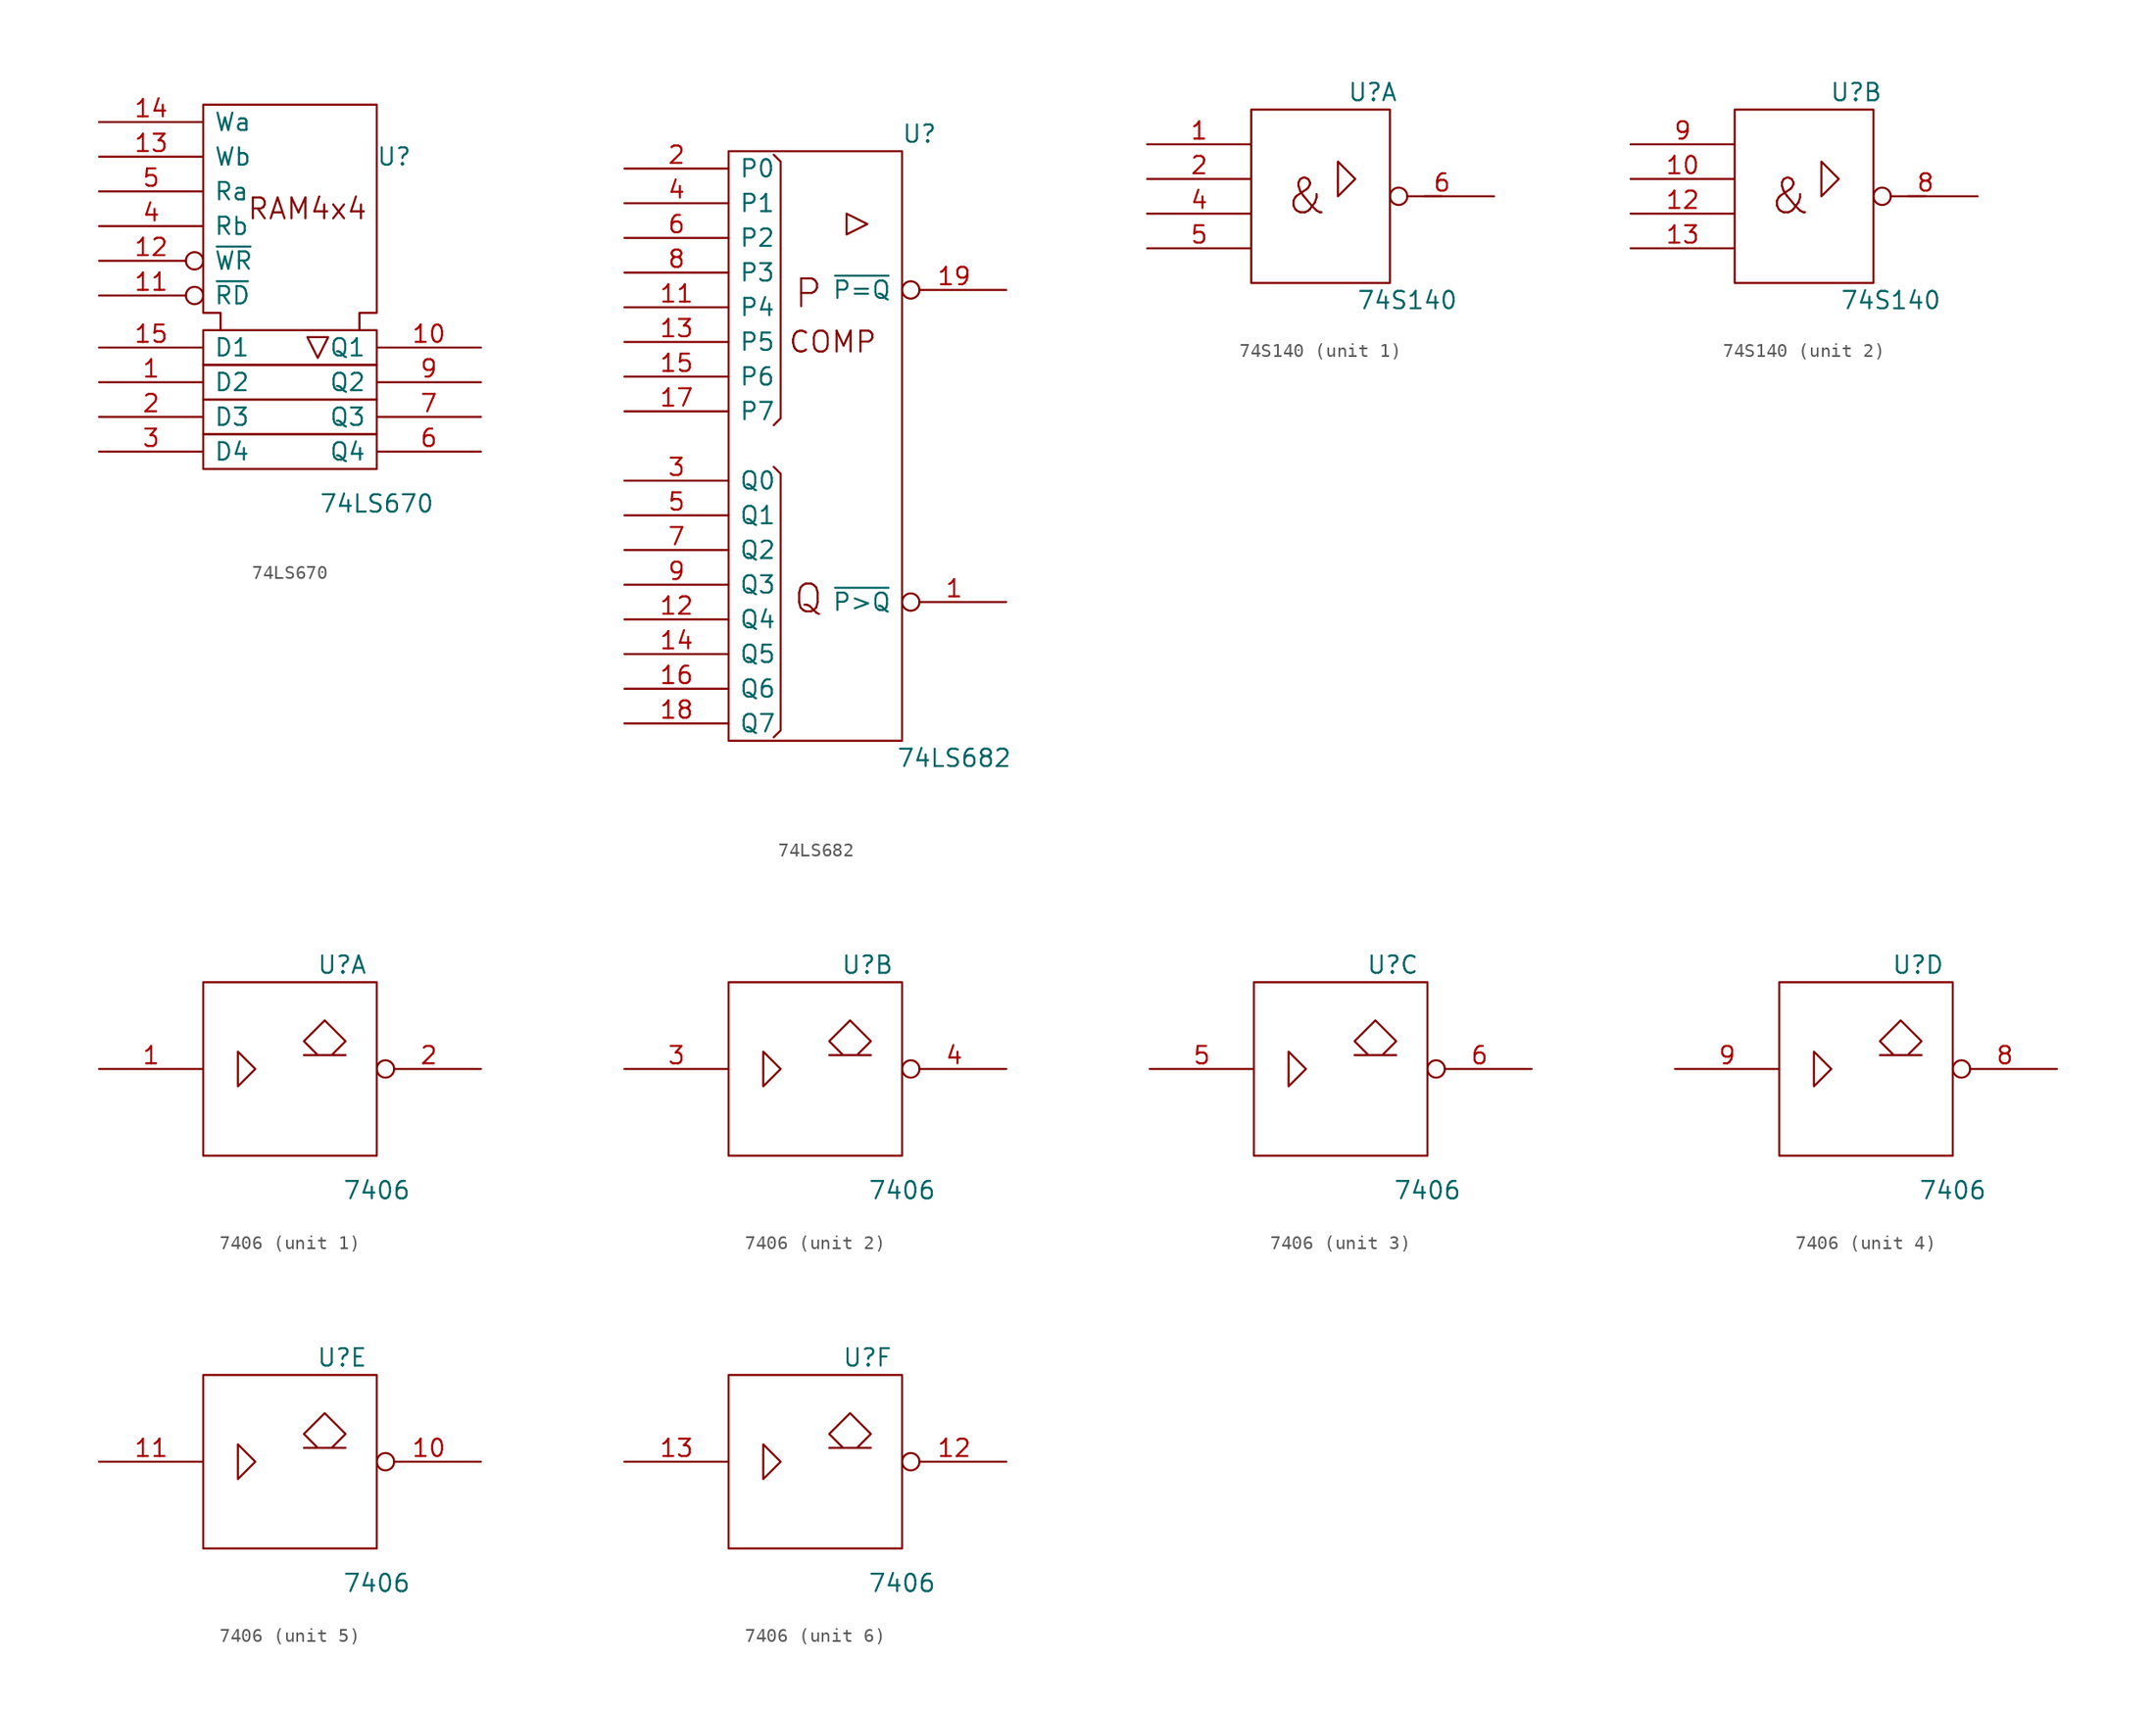
<source format=kicad_sym>
(kicad_symbol_lib
  (version 20201005)
  (generator kicad_symbol_editor)
  (symbol "74xx_IEEE:74LS670"
    (pin_names
      (offset 0.762))
    (property "Reference" "U"
      (at 7.62 10.16 0)
      (effects (font (size 1.27 1.27))))
    (property "Value" "74LS670"
      (at 6.35 -15.24 0)
      (effects (font (size 1.27 1.27))))
    (symbol "74LS670_0_0"
      (text "RAM4x4" (at 1.27 6.35 0) (effects (font (size 1.524 1.524))))
      (rectangle (start -6.35 -10.16) (end 6.35 -12.7) (stroke (width 0)) (fill (type none)))
      (rectangle (start -6.35 -7.62) (end 6.35 -10.16) (stroke (width 0)) (fill (type none)))
      (rectangle (start -6.35 -5.08) (end 6.35 -7.62) (stroke (width 0)) (fill (type none)))
      (polyline (pts (xy 2.794 -3.048) (xy 1.27 -3.048) (xy 2.032 -4.572) (xy 2.794 -3.048) (xy 2.794 -3.048)) (stroke (width 0)) (fill (type none)))
      (polyline (pts (xy -5.08 -2.54) (xy -5.08 -1.27) (xy -6.35 -1.27) (xy -6.35 13.97) (xy 6.35 13.97) (xy 6.35 -1.27) (xy 5.08 -1.27) (xy 5.08 -2.54) (xy 5.08 -2.54)) (stroke (width 0)) (fill (type none)))
      (pin power_in line (at 3.81 13.97 270) (length 0) hide (name "VCC" (effects (font (size 1.27 1.27)))) (number "16" (effects (font (size 1.27 1.27)))))
      (pin power_in line (at 0 13.97 270) (length 0) hide (name "GND" (effects (font (size 1.27 1.27)))) (number "8" (effects (font (size 1.27 1.27))))))
    (symbol "74LS670_0_1"
      (rectangle (start -6.35 -2.54) (end 6.35 -5.08) (stroke (width 0)) (fill (type none))))
    (symbol "74LS670_1_1"
      (pin input line (at -13.97 -6.35 0) (length 7.62) (name "D2" (effects (font (size 1.27 1.27)))) (number "1" (effects (font (size 1.27 1.27)))))
      (pin tri_state line (at 13.97 -3.81 180) (length 7.62) (name "Q1" (effects (font (size 1.27 1.27)))) (number "10" (effects (font (size 1.27 1.27)))))
      (pin input inverted (at -13.97 0 0) (length 7.62) (name "~RD" (effects (font (size 1.27 1.27)))) (number "11" (effects (font (size 1.27 1.27)))))
      (pin input inverted (at -13.97 2.54 0) (length 7.62) (name "~WR" (effects (font (size 1.27 1.27)))) (number "12" (effects (font (size 1.27 1.27)))))
      (pin input line (at -13.97 10.16 0) (length 7.62) (name "Wb" (effects (font (size 1.27 1.27)))) (number "13" (effects (font (size 1.27 1.27)))))
      (pin input line (at -13.97 12.7 0) (length 7.62) (name "Wa" (effects (font (size 1.27 1.27)))) (number "14" (effects (font (size 1.27 1.27)))))
      (pin input line (at -13.97 -3.81 0) (length 7.62) (name "D1" (effects (font (size 1.27 1.27)))) (number "15" (effects (font (size 1.27 1.27)))))
      (pin input line (at -13.97 -8.89 0) (length 7.62) (name "D3" (effects (font (size 1.27 1.27)))) (number "2" (effects (font (size 1.27 1.27)))))
      (pin input line (at -13.97 -11.43 0) (length 7.62) (name "D4" (effects (font (size 1.27 1.27)))) (number "3" (effects (font (size 1.27 1.27)))))
      (pin input line (at -13.97 5.08 0) (length 7.62) (name "Rb" (effects (font (size 1.27 1.27)))) (number "4" (effects (font (size 1.27 1.27)))))
      (pin input line (at -13.97 7.62 0) (length 7.62) (name "Ra" (effects (font (size 1.27 1.27)))) (number "5" (effects (font (size 1.27 1.27)))))
      (pin tri_state line (at 13.97 -11.43 180) (length 7.62) (name "Q4" (effects (font (size 1.27 1.27)))) (number "6" (effects (font (size 1.27 1.27)))))
      (pin tri_state line (at 13.97 -8.89 180) (length 7.62) (name "Q3" (effects (font (size 1.27 1.27)))) (number "7" (effects (font (size 1.27 1.27)))))
      (pin tri_state line (at 13.97 -6.35 180) (length 7.62) (name "Q2" (effects (font (size 1.27 1.27)))) (number "9" (effects (font (size 1.27 1.27)))))))
  (symbol "74xx_IEEE:74LS682"
    (pin_names
      (offset 0.762))
    (property "Reference" "U"
      (at 7.62 22.86 0)
      (effects (font (size 1.27 1.27))))
    (property "Value" "74LS682"
      (at 10.16 -22.86 0)
      (effects (font (size 1.27 1.27))))
    (symbol "74LS682_0_0"
      (text "COMP" (at 1.27 7.62 0) (effects (font (size 1.524 1.524))))
      (text "P" (at -0.508 11.176 0) (effects (font (size 2.032 2.032))))
      (text "Q" (at -0.508 -11.176 0) (effects (font (size 2.032 2.032))))
      (polyline (pts (xy 2.286 17.018) (xy 2.286 15.494) (xy 3.81 16.256) (xy 2.286 17.018) (xy 2.286 17.018)) (stroke (width 0)) (fill (type none))))
    (symbol "74LS682_0_1"
      (rectangle (start -6.35 21.59) (end 6.35 -21.59) (stroke (width 0)) (fill (type none)))
      (polyline (pts (xy -3.048 -1.524) (xy -2.54 -2.032) (xy -2.54 -20.828) (xy -3.048 -21.336) (xy -3.048 -21.336)) (stroke (width 0)) (fill (type none)))
      (polyline (pts (xy -3.048 21.336) (xy -2.54 20.828) (xy -2.54 2.032) (xy -3.048 1.524) (xy -3.048 1.524)) (stroke (width 0)) (fill (type none)))
      (pin power_in line (at 0 -21.59 90) (length 0) hide (name "Gnd" (effects (font (size 1.27 1.27)))) (number "10" (effects (font (size 1.27 1.27))))))
    (symbol "74LS682_1_1"
      (pin output inverted (at 13.97 -11.43 180) (length 7.62) (name "~P>Q" (effects (font (size 1.27 1.27)))) (number "1" (effects (font (size 1.27 1.27)))))
      (pin input line (at -13.97 10.16 0) (length 7.62) (name "P4" (effects (font (size 1.27 1.27)))) (number "11" (effects (font (size 1.27 1.27)))))
      (pin input line (at -13.97 -12.7 0) (length 7.62) (name "Q4" (effects (font (size 1.27 1.27)))) (number "12" (effects (font (size 1.27 1.27)))))
      (pin input line (at -13.97 7.62 0) (length 7.62) (name "P5" (effects (font (size 1.27 1.27)))) (number "13" (effects (font (size 1.27 1.27)))))
      (pin input line (at -13.97 -15.24 0) (length 7.62) (name "Q5" (effects (font (size 1.27 1.27)))) (number "14" (effects (font (size 1.27 1.27)))))
      (pin input line (at -13.97 5.08 0) (length 7.62) (name "P6" (effects (font (size 1.27 1.27)))) (number "15" (effects (font (size 1.27 1.27)))))
      (pin input line (at -13.97 -17.78 0) (length 7.62) (name "Q6" (effects (font (size 1.27 1.27)))) (number "16" (effects (font (size 1.27 1.27)))))
      (pin input line (at -13.97 2.54 0) (length 7.62) (name "P7" (effects (font (size 1.27 1.27)))) (number "17" (effects (font (size 1.27 1.27)))))
      (pin input line (at -13.97 -20.32 0) (length 7.62) (name "Q7" (effects (font (size 1.27 1.27)))) (number "18" (effects (font (size 1.27 1.27)))))
      (pin output inverted (at 13.97 11.43 180) (length 7.62) (name "~P=Q" (effects (font (size 1.27 1.27)))) (number "19" (effects (font (size 1.27 1.27)))))
      (pin input line (at -13.97 20.32 0) (length 7.62) (name "P0" (effects (font (size 1.27 1.27)))) (number "2" (effects (font (size 1.27 1.27)))))
      (pin power_in line (at 0 21.59 270) (length 0) hide (name "Vcc" (effects (font (size 1.27 1.27)))) (number "20" (effects (font (size 1.27 1.27)))))
      (pin input line (at -13.97 -2.54 0) (length 7.62) (name "Q0" (effects (font (size 1.27 1.27)))) (number "3" (effects (font (size 1.27 1.27)))))
      (pin input line (at -13.97 17.78 0) (length 7.62) (name "P1" (effects (font (size 1.27 1.27)))) (number "4" (effects (font (size 1.27 1.27)))))
      (pin input line (at -13.97 -5.08 0) (length 7.62) (name "Q1" (effects (font (size 1.27 1.27)))) (number "5" (effects (font (size 1.27 1.27)))))
      (pin input line (at -13.97 15.24 0) (length 7.62) (name "P2" (effects (font (size 1.27 1.27)))) (number "6" (effects (font (size 1.27 1.27)))))
      (pin input line (at -13.97 -7.62 0) (length 7.62) (name "Q2" (effects (font (size 1.27 1.27)))) (number "7" (effects (font (size 1.27 1.27)))))
      (pin input line (at -13.97 12.7 0) (length 7.62) (name "P3" (effects (font (size 1.27 1.27)))) (number "8" (effects (font (size 1.27 1.27)))))
      (pin input line (at -13.97 -10.16 0) (length 7.62) (name "Q3" (effects (font (size 1.27 1.27)))) (number "9" (effects (font (size 1.27 1.27)))))))
  (symbol "74xx_IEEE:74S140"
    (pin_names
      (offset 0.762))
    (property "Reference" "U"
      (at 3.81 7.62 0)
      (effects (font (size 1.27 1.27))))
    (property "Value" "74S140"
      (at 6.35 -7.62 0)
      (effects (font (size 1.27 1.27))))
    (symbol "74S140_0_0"
      (text "&" (at -1.016 0 0) (effects (font (size 2.54 2.54))))
      (rectangle (start -5.08 6.35) (end 5.08 -6.35) (stroke (width 0)) (fill (type none)))
      (polyline (pts (xy 1.27 0) (xy 1.27 2.54) (xy 2.54 1.27) (xy 1.27 0) (xy 1.27 0)) (stroke (width 0)) (fill (type none))))
    (symbol "74S140_0_1"
      (rectangle (start 8.89 0) (end 7.62 0) (stroke (width 0)) (fill (type none)))
      (pin power_in line (at 0 6.35 270) (length 0) hide (name "Vcc" (effects (font (size 1.27 1.27)))) (number "14" (effects (font (size 1.27 1.27)))))
      (pin power_in line (at 0 -6.35 90) (length 0) hide (name "Gnd" (effects (font (size 1.27 1.27)))) (number "7" (effects (font (size 1.27 1.27))))))
    (symbol "74S140_1_1"
      (pin input line (at -12.7 3.81 0) (length 7.62) (name "~" (effects (font (size 1.27 1.27)))) (number "1" (effects (font (size 1.27 1.27)))))
      (pin input line (at -12.7 1.27 0) (length 7.62) (name "~" (effects (font (size 1.27 1.27)))) (number "2" (effects (font (size 1.27 1.27)))))
      (pin input line (at -12.7 -1.27 0) (length 7.62) (name "~" (effects (font (size 1.27 1.27)))) (number "4" (effects (font (size 1.27 1.27)))))
      (pin input line (at -12.7 -3.81 0) (length 7.62) (name "~" (effects (font (size 1.27 1.27)))) (number "5" (effects (font (size 1.27 1.27)))))
      (pin output inverted (at 12.7 0 180) (length 7.62) (name "~" (effects (font (size 1.27 1.27)))) (number "6" (effects (font (size 1.27 1.27))))))
    (symbol "74S140_2_1"
      (pin input line (at -12.7 1.27 0) (length 7.62) (name "~" (effects (font (size 1.27 1.27)))) (number "10" (effects (font (size 1.27 1.27)))))
      (pin input line (at -12.7 -1.27 0) (length 7.62) (name "~" (effects (font (size 1.27 1.27)))) (number "12" (effects (font (size 1.27 1.27)))))
      (pin input line (at -12.7 -3.81 0) (length 7.62) (name "~" (effects (font (size 1.27 1.27)))) (number "13" (effects (font (size 1.27 1.27)))))
      (pin output inverted (at 12.7 0 180) (length 7.62) (name "~" (effects (font (size 1.27 1.27)))) (number "8" (effects (font (size 1.27 1.27)))))
      (pin input line (at -12.7 3.81 0) (length 7.62) (name "~" (effects (font (size 1.27 1.27)))) (number "9" (effects (font (size 1.27 1.27)))))))
  (symbol "74xx_IEEE:7406"
    (pin_names
      (offset 0.762))
    (property "Reference" "U"
      (at 3.81 7.62 0)
      (effects (font (size 1.27 1.27))))
    (property "Value" "7406"
      (at 6.35 -8.89 0)
      (effects (font (size 1.27 1.27))))
    (symbol "7406_0_0"
      (polyline (pts (xy -3.81 1.27) (xy -3.81 -1.27) (xy -2.54 0) (xy -3.81 1.27) (xy -3.81 1.27)) (stroke (width 0)) (fill (type none)))
      (polyline (pts (xy 3.048 1.016) (xy 4.064 2.032) (xy 2.54 3.556) (xy 1.016 2.032) (xy 2.032 1.016) (xy 1.016 1.016) (xy 4.064 1.016) (xy 4.064 1.016)) (stroke (width 0)) (fill (type none))))
    (symbol "7406_0_1"
      (rectangle (start -6.35 6.35) (end 6.35 -6.35) (stroke (width 0)) (fill (type none)))
      (pin power_in line (at 0 6.35 270) (length 0) hide (name "Vcc" (effects (font (size 1.27 1.27)))) (number "14" (effects (font (size 1.27 1.27)))))
      (pin power_in line (at 0 -6.35 90) (length 0) hide (name "Gnd" (effects (font (size 1.27 1.27)))) (number "7" (effects (font (size 1.27 1.27))))))
    (symbol "7406_1_1"
      (pin input line (at -13.97 0 0) (length 7.62) (name "~" (effects (font (size 1.27 1.27)))) (number "1" (effects (font (size 1.27 1.27)))))
      (pin open_collector inverted (at 13.97 0 180) (length 7.62) (name "~" (effects (font (size 1.27 1.27)))) (number "2" (effects (font (size 1.27 1.27))))))
    (symbol "7406_2_1"
      (pin input line (at -13.97 0 0) (length 7.62) (name "~" (effects (font (size 1.27 1.27)))) (number "3" (effects (font (size 1.27 1.27)))))
      (pin open_collector inverted (at 13.97 0 180) (length 7.62) (name "~" (effects (font (size 1.27 1.27)))) (number "4" (effects (font (size 1.27 1.27))))))
    (symbol "7406_3_1"
      (pin input line (at -13.97 0 0) (length 7.62) (name "~" (effects (font (size 1.27 1.27)))) (number "5" (effects (font (size 1.27 1.27)))))
      (pin open_collector inverted (at 13.97 0 180) (length 7.62) (name "~" (effects (font (size 1.27 1.27)))) (number "6" (effects (font (size 1.27 1.27))))))
    (symbol "7406_4_1"
      (pin open_collector inverted (at 13.97 0 180) (length 7.62) (name "~" (effects (font (size 1.27 1.27)))) (number "8" (effects (font (size 1.27 1.27)))))
      (pin input line (at -13.97 0 0) (length 7.62) (name "~" (effects (font (size 1.27 1.27)))) (number "9" (effects (font (size 1.27 1.27))))))
    (symbol "7406_5_1"
      (pin open_collector inverted (at 13.97 0 180) (length 7.62) (name "~" (effects (font (size 1.27 1.27)))) (number "10" (effects (font (size 1.27 1.27)))))
      (pin input line (at -13.97 0 0) (length 7.62) (name "~" (effects (font (size 1.27 1.27)))) (number "11" (effects (font (size 1.27 1.27))))))
    (symbol "7406_6_1"
      (pin open_collector inverted (at 13.97 0 180) (length 7.62) (name "~" (effects (font (size 1.27 1.27)))) (number "12" (effects (font (size 1.27 1.27)))))
      (pin input line (at -13.97 0 0) (length 7.62) (name "~" (effects (font (size 1.27 1.27)))) (number "13" (effects (font (size 1.27 1.27))))))))
</source>
